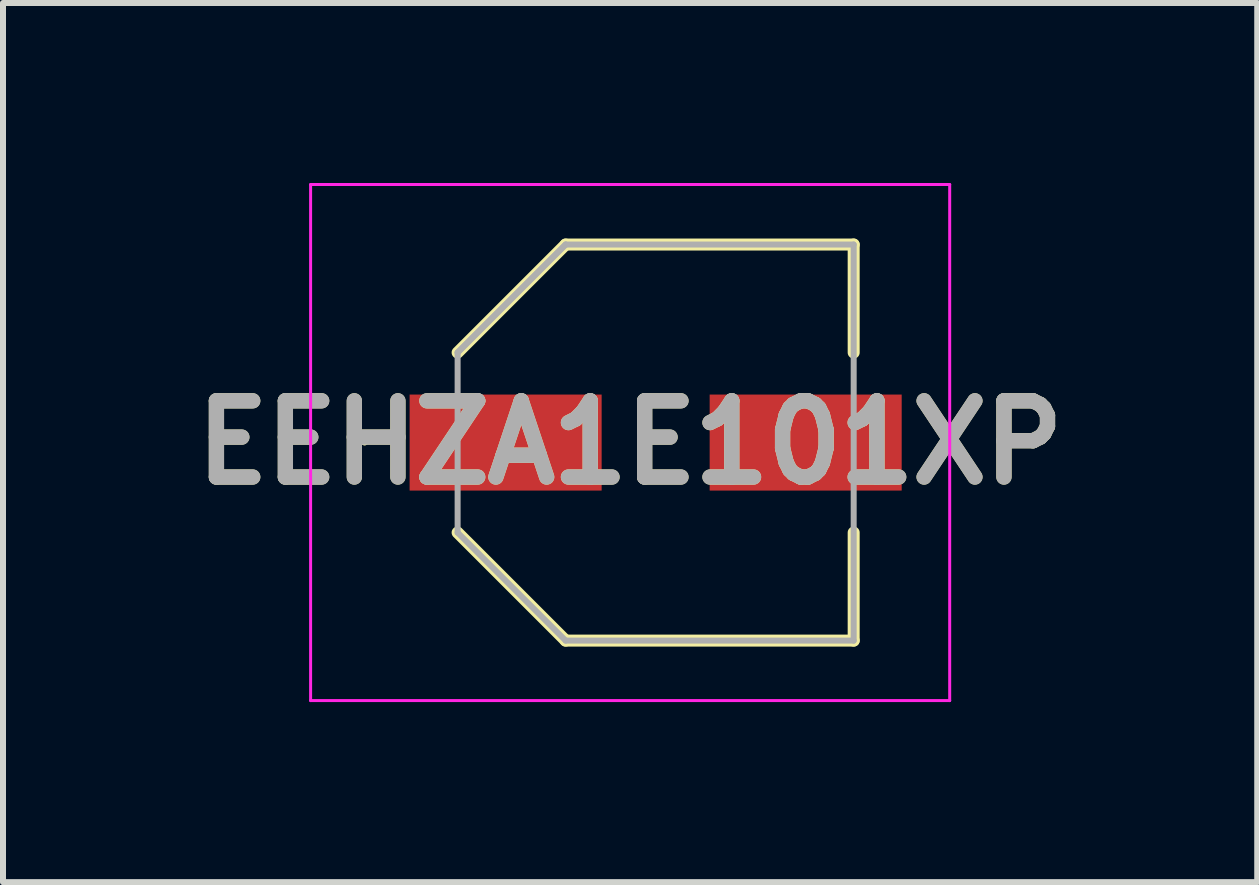
<source format=kicad_pcb>
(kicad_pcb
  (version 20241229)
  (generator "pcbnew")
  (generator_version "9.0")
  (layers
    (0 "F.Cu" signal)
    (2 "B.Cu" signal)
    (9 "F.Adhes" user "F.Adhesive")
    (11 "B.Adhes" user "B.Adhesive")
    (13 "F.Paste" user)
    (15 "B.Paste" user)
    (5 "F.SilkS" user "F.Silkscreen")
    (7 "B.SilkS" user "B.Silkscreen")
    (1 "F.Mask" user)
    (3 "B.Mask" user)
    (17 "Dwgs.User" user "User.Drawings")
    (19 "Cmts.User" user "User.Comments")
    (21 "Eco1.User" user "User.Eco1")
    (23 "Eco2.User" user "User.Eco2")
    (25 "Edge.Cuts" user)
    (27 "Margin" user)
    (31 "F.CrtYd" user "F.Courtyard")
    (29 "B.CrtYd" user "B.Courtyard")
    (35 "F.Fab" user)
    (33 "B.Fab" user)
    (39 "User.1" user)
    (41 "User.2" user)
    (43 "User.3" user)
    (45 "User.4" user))
  (footprint "EEHZA1E101XP"
    (layer "F.Cu")
    (at 7.876 4.325)
    (property "Reference" "EEHZA1E101XP" (at -0.425 0 0) (layer "F.SilkS") (effects (font (size 1.27 1.27) (thickness 0.254))))
    (attr smd)
    (fp_line (start -4.875 0) (end -4.875 0) (stroke (width 0.05) (type solid)) (layer "F.SilkS"))
    (fp_line (start -4.825 0) (end -4.825 0) (stroke (width 0.05) (type solid)) (layer "F.SilkS"))
    (fp_line (start -3.3 -1.5) (end -1.5 -3.3) (stroke (width 0.2) (type solid)) (layer "F.SilkS"))
    (fp_line (start -1.5 -3.3) (end 3.3 -3.3) (stroke (width 0.2) (type solid)) (layer "F.SilkS"))
    (fp_line (start -1.5 3.3) (end -3.3 1.5) (stroke (width 0.2) (type solid)) (layer "F.SilkS"))
    (fp_line (start 3.3 -3.3) (end 3.3 -1.5) (stroke (width 0.2) (type solid)) (layer "F.SilkS"))
    (fp_line (start 3.3 1.5) (end 3.3 3.3) (stroke (width 0.2) (type solid)) (layer "F.SilkS"))
    (fp_line (start 3.3 3.3) (end -1.5 3.3) (stroke (width 0.2) (type solid)) (layer "F.SilkS"))
    (fp_arc (start -4.875 0) (mid -4.85 -0.025) (end -4.825 0) (stroke (width 0.05) (type solid)) (layer "F.SilkS"))
    (fp_arc (start -4.825 0) (mid -4.85 0.025) (end -4.875 0) (stroke (width 0.05) (type solid)) (layer "F.SilkS"))
    (fp_line (start -5.75 -4.3) (end 4.9 -4.3) (stroke (width 0.05) (type solid)) (layer "F.CrtYd"))
    (fp_line (start -5.75 4.3) (end -5.75 -4.3) (stroke (width 0.05) (type solid)) (layer "F.CrtYd"))
    (fp_line (start 4.9 -4.3) (end 4.9 4.3) (stroke (width 0.05) (type solid)) (layer "F.CrtYd"))
    (fp_line (start 4.9 4.3) (end -5.75 4.3) (stroke (width 0.05) (type solid)) (layer "F.CrtYd"))
    (fp_line (start -3.3 -1.5) (end -1.5 -3.3) (stroke (width 0.1) (type solid)) (layer "F.Fab"))
    (fp_line (start -3.3 -1.5) (end -1.5 -3.3) (stroke (width 0.1) (type solid)) (layer "F.Fab"))
    (fp_line (start -3.3 1.5) (end -3.3 -1.5) (stroke (width 0.1) (type solid)) (layer "F.Fab"))
    (fp_line (start -1.5 -3.3) (end 3.3 -3.3) (stroke (width 0.1) (type solid)) (layer "F.Fab"))
    (fp_line (start -1.5 3.3) (end -3.3 1.5) (stroke (width 0.1) (type solid)) (layer "F.Fab"))
    (fp_line (start 3.3 -3.3) (end 3.3 3.3) (stroke (width 0.1) (type solid)) (layer "F.Fab"))
    (fp_line (start 3.3 3.3) (end -1.5 3.3) (stroke (width 0.1) (type solid)) (layer "F.Fab"))
    (fp_text user "${REFERENCE}" (at -0.425 0 0) (layer "F.Fab") (effects (font (size 1.27 1.27) (thickness 0.254))))
    (pad "1" smd rect (at -2.5 0 90) (size 1.6 3.2) (layers "F.Cu" "F.Mask" "F.Paste"))
    (pad "2" smd rect (at 2.5 0 90) (size 1.6 3.2) (layers "F.Cu" "F.Mask" "F.Paste")))
  (gr_rect
    (start -3 -3)
    (end 17.901 11.65)
    (stroke (width 0.1) (type default))
    (fill no)
    (layer "Edge.Cuts")))
</source>
